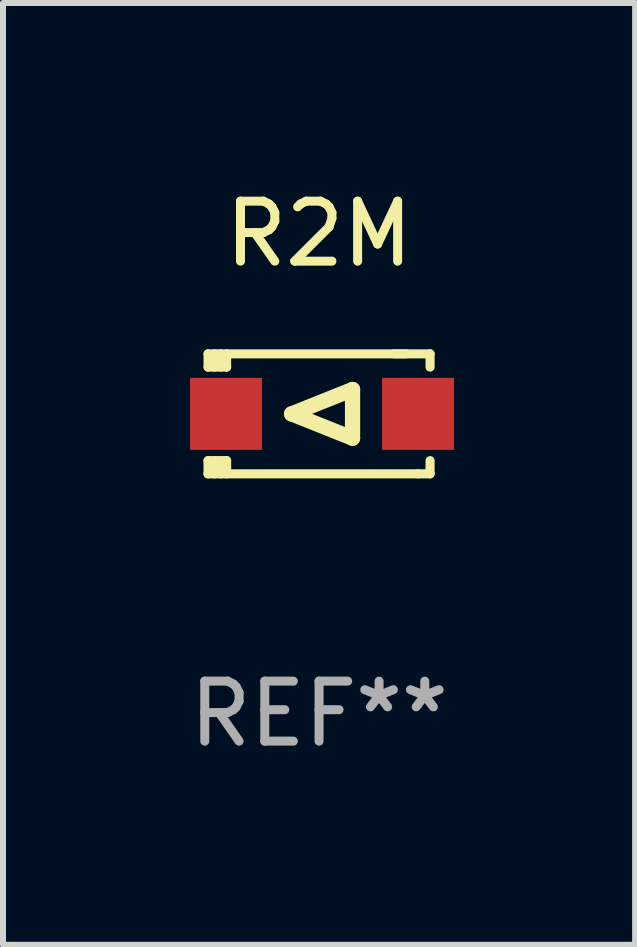
<source format=kicad_pcb>
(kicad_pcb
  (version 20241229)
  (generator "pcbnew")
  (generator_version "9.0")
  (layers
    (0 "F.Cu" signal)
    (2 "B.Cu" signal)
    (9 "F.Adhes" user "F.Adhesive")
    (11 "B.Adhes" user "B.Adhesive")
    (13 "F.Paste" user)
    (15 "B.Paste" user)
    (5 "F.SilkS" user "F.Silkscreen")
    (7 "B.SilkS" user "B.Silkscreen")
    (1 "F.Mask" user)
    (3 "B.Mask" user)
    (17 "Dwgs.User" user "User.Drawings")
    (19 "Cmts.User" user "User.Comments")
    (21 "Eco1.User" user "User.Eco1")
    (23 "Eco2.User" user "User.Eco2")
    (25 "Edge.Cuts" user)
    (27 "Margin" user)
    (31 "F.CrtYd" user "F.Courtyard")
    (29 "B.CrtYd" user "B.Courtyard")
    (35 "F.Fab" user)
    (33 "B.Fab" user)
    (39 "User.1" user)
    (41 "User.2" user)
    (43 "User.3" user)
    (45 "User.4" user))
  (footprint "R2M"
    (layer "F.Cu")
    (at 2.268 3.848)
    (property "Reference" "R2M" (at 0 -3 0) (layer "F.SilkS") (effects (font (size 1 1) (thickness 0.15))))
    (attr through_hole)
    (fp_line (start -1.85 -1) (end -1.85 -0.78) (stroke (width 0.152) (type solid)) (layer "F.SilkS"))
    (fp_line (start -1.85 0.78) (end -1.85 1) (stroke (width 0.152) (type solid)) (layer "F.SilkS"))
    (fp_line (start -1.85 1) (end 1.65 1) (stroke (width 0.152) (type solid)) (layer "F.SilkS"))
    (fp_line (start -1.741 -0.78) (end -1.741 -1) (stroke (width 0.152) (type solid)) (layer "F.SilkS"))
    (fp_line (start -1.741 1) (end -1.741 0.78) (stroke (width 0.152) (type solid)) (layer "F.SilkS"))
    (fp_line (start -1.641 -1) (end -1.641 -0.78) (stroke (width 0.152) (type solid)) (layer "F.SilkS"))
    (fp_line (start -1.641 0.78) (end -1.641 1) (stroke (width 0.152) (type solid)) (layer "F.SilkS"))
    (fp_line (start -1.541 -1) (end -1.541 -0.78) (stroke (width 0.152) (type solid)) (layer "F.SilkS"))
    (fp_line (start -1.541 -0.78) (end -1.85 -0.78) (stroke (width 0.152) (type solid)) (layer "F.SilkS"))
    (fp_line (start -1.541 0.78) (end -1.85 0.78) (stroke (width 0.152) (type solid)) (layer "F.SilkS"))
    (fp_line (start -1.541 0.78) (end -1.541 1) (stroke (width 0.152) (type solid)) (layer "F.SilkS"))
    (fp_line (start -0.458 0) (end 0.558 -0.406) (stroke (width 0.254) (type solid)) (layer "F.SilkS"))
    (fp_line (start 0.558 -0.406) (end 0.558 0.406) (stroke (width 0.254) (type solid)) (layer "F.SilkS"))
    (fp_line (start 0.558 0.406) (end -0.458 0) (stroke (width 0.254) (type solid)) (layer "F.SilkS"))
    (fp_line (start 1.45 -1) (end -1.85 -1) (stroke (width 0.152) (type solid)) (layer "F.SilkS"))
    (fp_line (start 1.65 1) (end 1.85 1) (stroke (width 0.152) (type solid)) (layer "F.SilkS"))
    (fp_line (start 1.85 -1) (end 1.25 -1) (stroke (width 0.152) (type solid)) (layer "F.SilkS"))
    (fp_line (start 1.85 -0.78) (end 1.85 -1) (stroke (width 0.152) (type solid)) (layer "F.SilkS"))
    (fp_line (start 1.85 1) (end 1.85 0.78) (stroke (width 0.152) (type solid)) (layer "F.SilkS"))
    (fp_circle (center -1.8 0.9) (end -1.77 0.9) (stroke (width 0.06) (type solid)) (fill no) (layer "F.SilkS"))
    (fp_text user "REF**" (at 0 5 0) (layer "F.Fab") (effects (font (size 1 1) (thickness 0.15))))
    (pad "1" smd rect (at -1.55 0.000051) (size 1.2 1.2) (layers "F.Cu" "F.Mask" "F.Paste"))
    (pad "2" smd rect (at 1.65 0.000051) (size 1.2 1.2) (layers "F.Cu" "F.Mask" "F.Paste")))
  (gr_rect
    (start -3 -3)
    (end 7.536 12.697)
    (stroke (width 0.1) (type default))
    (fill no)
    (layer "Edge.Cuts")))
</source>
